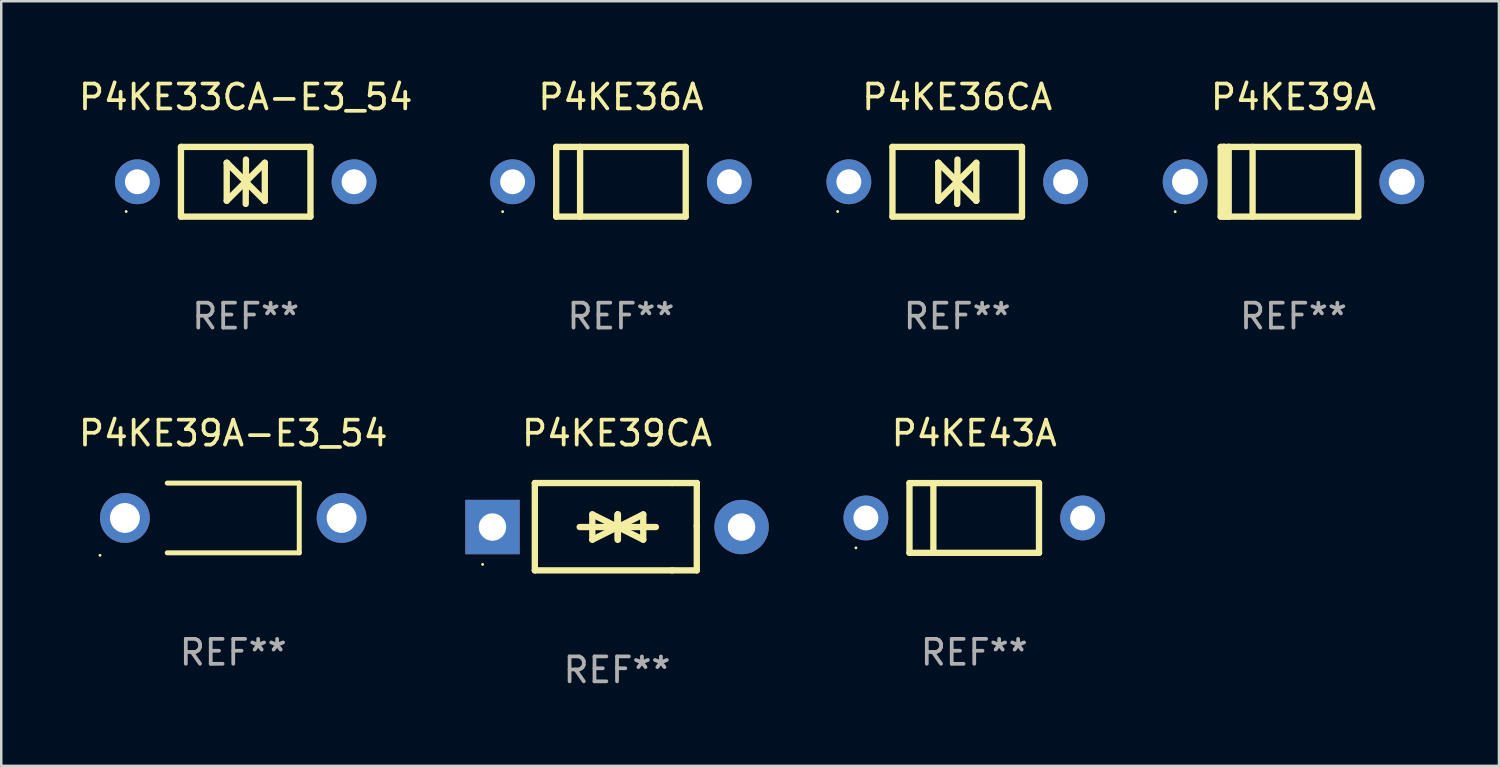
<source format=kicad_pcb>
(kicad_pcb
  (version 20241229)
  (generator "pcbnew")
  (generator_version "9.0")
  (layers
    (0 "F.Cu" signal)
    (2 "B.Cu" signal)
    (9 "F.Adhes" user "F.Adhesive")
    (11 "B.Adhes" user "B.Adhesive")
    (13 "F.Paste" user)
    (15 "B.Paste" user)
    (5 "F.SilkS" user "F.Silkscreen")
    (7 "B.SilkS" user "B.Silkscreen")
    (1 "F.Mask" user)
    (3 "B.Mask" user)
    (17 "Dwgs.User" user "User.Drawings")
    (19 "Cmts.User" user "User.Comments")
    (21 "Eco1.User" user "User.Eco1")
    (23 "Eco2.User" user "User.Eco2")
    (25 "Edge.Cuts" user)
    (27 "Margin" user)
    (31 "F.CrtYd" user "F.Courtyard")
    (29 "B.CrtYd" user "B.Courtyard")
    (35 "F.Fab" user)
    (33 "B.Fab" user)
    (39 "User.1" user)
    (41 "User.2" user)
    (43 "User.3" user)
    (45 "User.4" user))
  (footprint "P4KE36A"
    (layer "F.Cu")
    (at 21.881 4.248)
    (property "Reference" "P4KE36A" (at 0 -3.4 0) (layer "F.SilkS") (effects (font (size 1 1) (thickness 0.15))))
    (attr through_hole)
    (fp_line (start -2.6 -1.4) (end -2.6 1.4) (stroke (width 0.254) (type solid)) (layer "F.SilkS"))
    (fp_line (start -2.6 -1.4) (end 2.6 -1.4) (stroke (width 0.254) (type solid)) (layer "F.SilkS"))
    (fp_line (start -2.6 1.4) (end 2.6 1.4) (stroke (width 0.254) (type solid)) (layer "F.SilkS"))
    (fp_line (start -1.641 -1.4) (end -1.641 1.4) (stroke (width 0.254) (type solid)) (layer "F.SilkS"))
    (fp_line (start 2.6 -1.4) (end 2.6 1.4) (stroke (width 0.254) (type solid)) (layer "F.SilkS"))
    (fp_circle (center -4.75 1.2) (end -4.72 1.2) (stroke (width 0.06) (type solid)) (fill no) (layer "F.SilkS"))
    (fp_text user "REF**" (at 0 5.4 0) (layer "F.Fab") (effects (font (size 1 1) (thickness 0.15))))
    (pad "1" thru_hole circle (at -4.35 0) (size 1.8 1.8) (drill 1) (layers "*.Cu" "*.Mask"))
    (pad "2" thru_hole circle (at 4.35 0) (size 1.8 1.8) (drill 1) (layers "*.Cu" "*.Mask")))
  (footprint "P4KE36CA"
    (layer "F.Cu")
    (at 35.381 4.248)
    (property "Reference" "P4KE36CA" (at 0 -3.4 0) (layer "F.SilkS") (effects (font (size 1 1) (thickness 0.15))))
    (attr through_hole)
    (fp_line (start -2.6 1.4) (end -2.6 -1.4) (stroke (width 0.254) (type solid)) (layer "F.SilkS"))
    (fp_line (start -0.762 -0.762) (end -0.762 0.762) (stroke (width 0.254) (type solid)) (layer "F.SilkS"))
    (fp_line (start -0.762 0.762) (end 0.006 -0.006) (stroke (width 0.254) (type solid)) (layer "F.SilkS"))
    (fp_line (start -0.755 -0.762) (end -0.762 -0.762) (stroke (width 0.254) (type solid)) (layer "F.SilkS"))
    (fp_line (start -0.001 0.004) (end -0.001 0.095) (stroke (width 0.254) (type solid)) (layer "F.SilkS"))
    (fp_line (start 0 0) (end 0.761 0.761) (stroke (width 0.254) (type solid)) (layer "F.SilkS"))
    (fp_line (start 0 0.889) (end 0.01 -0.892) (stroke (width 0.254) (type solid)) (layer "F.SilkS"))
    (fp_line (start 0.005 -0.001) (end -0.755 -0.762) (stroke (width 0.254) (type solid)) (layer "F.SilkS"))
    (fp_line (start 0.006 -0.006) (end 0.006 -0.096) (stroke (width 0.254) (type solid)) (layer "F.SilkS"))
    (fp_line (start 0.761 0.761) (end 0.767 0.761) (stroke (width 0.254) (type solid)) (layer "F.SilkS"))
    (fp_line (start 0.767 -0.763) (end -0.001 0.004) (stroke (width 0.254) (type solid)) (layer "F.SilkS"))
    (fp_line (start 0.767 0.761) (end 0.767 -0.763) (stroke (width 0.254) (type solid)) (layer "F.SilkS"))
    (fp_line (start 2.6 -1.4) (end -2.6 -1.4) (stroke (width 0.254) (type solid)) (layer "F.SilkS"))
    (fp_line (start 2.6 1.4) (end -2.6 1.4) (stroke (width 0.254) (type solid)) (layer "F.SilkS"))
    (fp_line (start 2.6 1.4) (end 2.6 -1.4) (stroke (width 0.254) (type solid)) (layer "F.SilkS"))
    (fp_circle (center -4.8 1.194) (end -4.77 1.194) (stroke (width 0.06) (type solid)) (fill no) (layer "F.SilkS"))
    (fp_text user "REF**" (at 0 5.4 0) (layer "F.Fab") (effects (font (size 1 1) (thickness 0.15))))
    (pad "1" thru_hole circle (at -4.35 0) (size 1.8 1.8) (drill 1) (layers "*.Cu" "*.Mask"))
    (pad "2" thru_hole circle (at 4.35 0) (size 1.8 1.8) (drill 1) (layers "*.Cu" "*.Mask")))
  (footprint "P4KE39A"
    (layer "F.Cu")
    (at 48.881 4.248)
    (property "Reference" "P4KE39A" (at 0 -3.4 0) (layer "F.SilkS") (effects (font (size 1 1) (thickness 0.15))))
    (attr through_hole)
    (fp_line (start -2.921 1.397) (end -2.921 -1.4) (stroke (width 0.254) (type solid)) (layer "F.SilkS"))
    (fp_line (start -2.794 -1.4) (end -2.921 -1.4) (stroke (width 0.254) (type solid)) (layer "F.SilkS"))
    (fp_line (start -2.794 -1.4) (end -2.794 1.397) (stroke (width 0.254) (type solid)) (layer "F.SilkS"))
    (fp_line (start -2.794 1.397) (end -2.6 1.397) (stroke (width 0.254) (type solid)) (layer "F.SilkS"))
    (fp_line (start -2.667 1.397) (end -2.921 1.397) (stroke (width 0.254) (type solid)) (layer "F.SilkS"))
    (fp_line (start -2.6 -1.4) (end -2.794 -1.4) (stroke (width 0.254) (type solid)) (layer "F.SilkS"))
    (fp_line (start -2.6 -1.4) (end -2.6 1.4) (stroke (width 0.254) (type solid)) (layer "F.SilkS"))
    (fp_line (start -2.6 -1.4) (end 2.6 -1.4) (stroke (width 0.254) (type solid)) (layer "F.SilkS"))
    (fp_line (start -2.6 1.4) (end 2.6 1.4) (stroke (width 0.254) (type solid)) (layer "F.SilkS"))
    (fp_line (start -1.641 -1.4) (end -1.641 1.4) (stroke (width 0.254) (type solid)) (layer "F.SilkS"))
    (fp_line (start 2.6 -1.4) (end 2.6 1.4) (stroke (width 0.254) (type solid)) (layer "F.SilkS"))
    (fp_circle (center -4.75 1.2) (end -4.72 1.2) (stroke (width 0.06) (type solid)) (fill no) (layer "F.SilkS"))
    (fp_text user "REF**" (at 0 5.4 0) (layer "F.Fab") (effects (font (size 1 1) (thickness 0.15))))
    (pad "1" thru_hole circle (at -4.35 0) (size 1.8 1.8) (drill 1.05) (layers "*.Cu" "*.Mask"))
    (pad "2" thru_hole circle (at 4.35 0) (size 1.8 1.8) (drill 1.05) (layers "*.Cu" "*.Mask")))
  (footprint "P4KE39A-E3_54"
    (layer "F.Cu")
    (at 6.315 17.745)
    (property "Reference" "P4KE39A-E3_54" (at 0 -3.4 0) (layer "F.SilkS") (effects (font (size 1 1) (thickness 0.15))))
    (attr through_hole)
    (fp_line (start -2.65 1.4) (end 2.65 1.4) (stroke (width 0.2) (type solid)) (layer "F.SilkS"))
    (fp_line (start 2.65 -1.4) (end -2.65 -1.4) (stroke (width 0.2) (type solid)) (layer "F.SilkS"))
    (fp_line (start 2.65 1.4) (end 2.65 -1.4) (stroke (width 0.2) (type solid)) (layer "F.SilkS"))
    (fp_circle (center -5.35 1.5) (end -5.32 1.5) (stroke (width 0.06) (type solid)) (fill no) (layer "F.SilkS"))
    (fp_text user "REF**" (at 0 5.4 0) (layer "F.Fab") (effects (font (size 1 1) (thickness 0.15))))
    (pad "1" thru_hole circle (at -4.35 0) (size 2 2) (drill 1.2) (layers "*.Cu" "*.Mask"))
    (pad "2" thru_hole circle (at 4.35 0) (size 2 2) (drill 1.2) (layers "*.Cu" "*.Mask")))
  (footprint "P4KE39CA"
    (layer "F.Cu")
    (at 21.723 18.097)
    (property "Reference" "P4KE39CA" (at 0 -3.753 0) (layer "F.SilkS") (effects (font (size 1 1) (thickness 0.15))))
    (attr through_hole)
    (fp_line (start -3.3 -1.753) (end 2.212 -1.753) (stroke (width 0.254) (type solid)) (layer "F.SilkS"))
    (fp_line (start -3.3 1.753) (end -3.3 -1.753) (stroke (width 0.254) (type solid)) (layer "F.SilkS"))
    (fp_line (start -1.5 0.013) (end 0.532 0.013) (stroke (width 0.254) (type solid)) (layer "F.SilkS"))
    (fp_line (start -0.992 -0.495) (end -0.992 0.521) (stroke (width 0.254) (type solid)) (layer "F.SilkS"))
    (fp_line (start -0.992 0.521) (end 0.024 0.013) (stroke (width 0.254) (type solid)) (layer "F.SilkS"))
    (fp_line (start 0.024 -0.495) (end 0.024 0.521) (stroke (width 0.254) (type solid)) (layer "F.SilkS"))
    (fp_line (start 0.024 0.013) (end -0.992 -0.495) (stroke (width 0.254) (type solid)) (layer "F.SilkS"))
    (fp_line (start 0.024 0.013) (end 0.024 -0.495) (stroke (width 0.254) (type solid)) (layer "F.SilkS"))
    (fp_line (start 0.036 0.013) (end 1.052 0.521) (stroke (width 0.254) (type solid)) (layer "F.SilkS"))
    (fp_line (start 0.036 0.521) (end 0.036 -0.495) (stroke (width 0.254) (type solid)) (layer "F.SilkS"))
    (fp_line (start 1.052 -0.495) (end 0.036 0.013) (stroke (width 0.254) (type solid)) (layer "F.SilkS"))
    (fp_line (start 1.052 0.521) (end 1.052 -0.495) (stroke (width 0.254) (type solid)) (layer "F.SilkS"))
    (fp_line (start 1.56 0.013) (end -0.472 0.013) (stroke (width 0.254) (type solid)) (layer "F.SilkS"))
    (fp_line (start 2.212 -1.753) (end 3.202 -1.753) (stroke (width 0.254) (type solid)) (layer "F.SilkS"))
    (fp_line (start 2.212 1.753) (end -3.3 1.753) (stroke (width 0.254) (type solid)) (layer "F.SilkS"))
    (fp_line (start 3.202 -1.753) (end 3.202 -1.753) (stroke (width 0.254) (type solid)) (layer "F.SilkS"))
    (fp_line (start 3.202 -1.753) (end 3.202 -0.025) (stroke (width 0.254) (type solid)) (layer "F.SilkS"))
    (fp_line (start 3.202 -0.025) (end 3.202 1.753) (stroke (width 0.254) (type solid)) (layer "F.SilkS"))
    (fp_line (start 3.202 1.753) (end 2.212 1.753) (stroke (width 0.254) (type solid)) (layer "F.SilkS"))
    (fp_circle (center -5.395 1.513) (end -5.365 1.513) (stroke (width 0.06) (type solid)) (fill no) (layer "F.SilkS"))
    (fp_text user "REF**" (at 0 5.753 0) (layer "F.Fab") (effects (font (size 1 1) (thickness 0.15))))
    (pad "1" thru_hole rect (at -5 0.013 180) (size 2.184 2.184) (drill 1.102) (layers "*.Cu" "*.Mask"))
    (pad "2" thru_hole circle (at 5 0.013) (size 2.184 2.184) (drill 1.102) (layers "*.Cu" "*.Mask")))
  (footprint "P4KE33CA-E3_54"
    (layer "F.Cu")
    (at 6.815 4.248)
    (property "Reference" "P4KE33CA-E3_54" (at 0 -3.4 0) (layer "F.SilkS") (effects (font (size 1 1) (thickness 0.15))))
    (attr through_hole)
    (fp_line (start -2.6 1.4) (end -2.6 -1.4) (stroke (width 0.254) (type solid)) (layer "F.SilkS"))
    (fp_line (start -0.762 -0.762) (end -0.762 0.762) (stroke (width 0.254) (type solid)) (layer "F.SilkS"))
    (fp_line (start -0.762 0.762) (end 0.006 -0.006) (stroke (width 0.254) (type solid)) (layer "F.SilkS"))
    (fp_line (start -0.755 -0.762) (end -0.762 -0.762) (stroke (width 0.254) (type solid)) (layer "F.SilkS"))
    (fp_line (start -0.001 0.004) (end -0.001 0.095) (stroke (width 0.254) (type solid)) (layer "F.SilkS"))
    (fp_line (start 0 0) (end 0.761 0.761) (stroke (width 0.254) (type solid)) (layer "F.SilkS"))
    (fp_line (start 0 0.889) (end 0.01 -0.892) (stroke (width 0.254) (type solid)) (layer "F.SilkS"))
    (fp_line (start 0.005 -0.001) (end -0.755 -0.762) (stroke (width 0.254) (type solid)) (layer "F.SilkS"))
    (fp_line (start 0.006 -0.006) (end 0.006 -0.096) (stroke (width 0.254) (type solid)) (layer "F.SilkS"))
    (fp_line (start 0.761 0.761) (end 0.767 0.761) (stroke (width 0.254) (type solid)) (layer "F.SilkS"))
    (fp_line (start 0.767 -0.763) (end -0.001 0.004) (stroke (width 0.254) (type solid)) (layer "F.SilkS"))
    (fp_line (start 0.767 0.761) (end 0.767 -0.763) (stroke (width 0.254) (type solid)) (layer "F.SilkS"))
    (fp_line (start 2.6 -1.4) (end -2.6 -1.4) (stroke (width 0.254) (type solid)) (layer "F.SilkS"))
    (fp_line (start 2.6 1.4) (end -2.6 1.4) (stroke (width 0.254) (type solid)) (layer "F.SilkS"))
    (fp_line (start 2.6 1.4) (end 2.6 -1.4) (stroke (width 0.254) (type solid)) (layer "F.SilkS"))
    (fp_circle (center -4.8 1.194) (end -4.77 1.194) (stroke (width 0.06) (type solid)) (fill no) (layer "F.SilkS"))
    (fp_text user "REF**" (at 0 5.4 0) (layer "F.Fab") (effects (font (size 1 1) (thickness 0.15))))
    (pad "1" thru_hole circle (at -4.35 0) (size 1.8 1.8) (drill 1) (layers "*.Cu" "*.Mask"))
    (pad "2" thru_hole circle (at 4.35 0) (size 1.8 1.8) (drill 1) (layers "*.Cu" "*.Mask")))
  (footprint "P4KE43A"
    (layer "F.Cu")
    (at 36.065 17.745)
    (property "Reference" "P4KE43A" (at 0 -3.4 0) (layer "F.SilkS") (effects (font (size 1 1) (thickness 0.15))))
    (attr through_hole)
    (fp_line (start -2.6 -1.4) (end -2.6 1.4) (stroke (width 0.254) (type solid)) (layer "F.SilkS"))
    (fp_line (start -2.6 -1.4) (end 2.6 -1.4) (stroke (width 0.254) (type solid)) (layer "F.SilkS"))
    (fp_line (start -2.6 1.4) (end 2.6 1.4) (stroke (width 0.254) (type solid)) (layer "F.SilkS"))
    (fp_line (start -1.641 -1.4) (end -1.641 1.4) (stroke (width 0.254) (type solid)) (layer "F.SilkS"))
    (fp_line (start 2.6 -1.4) (end 2.6 1.4) (stroke (width 0.254) (type solid)) (layer "F.SilkS"))
    (fp_circle (center -4.75 1.2) (end -4.72 1.2) (stroke (width 0.06) (type solid)) (fill no) (layer "F.SilkS"))
    (fp_text user "REF**" (at 0 5.4 0) (layer "F.Fab") (effects (font (size 1 1) (thickness 0.15))))
    (pad "1" thru_hole circle (at -4.35 0) (size 1.8 1.8) (drill 1) (layers "*.Cu" "*.Mask"))
    (pad "2" thru_hole circle (at 4.35 0) (size 1.8 1.8) (drill 1) (layers "*.Cu" "*.Mask")))
  (gr_rect
    (start -3 -3)
    (end 57.131 27.698)
    (stroke (width 0.1) (type default))
    (fill no)
    (layer "Edge.Cuts")))
</source>
